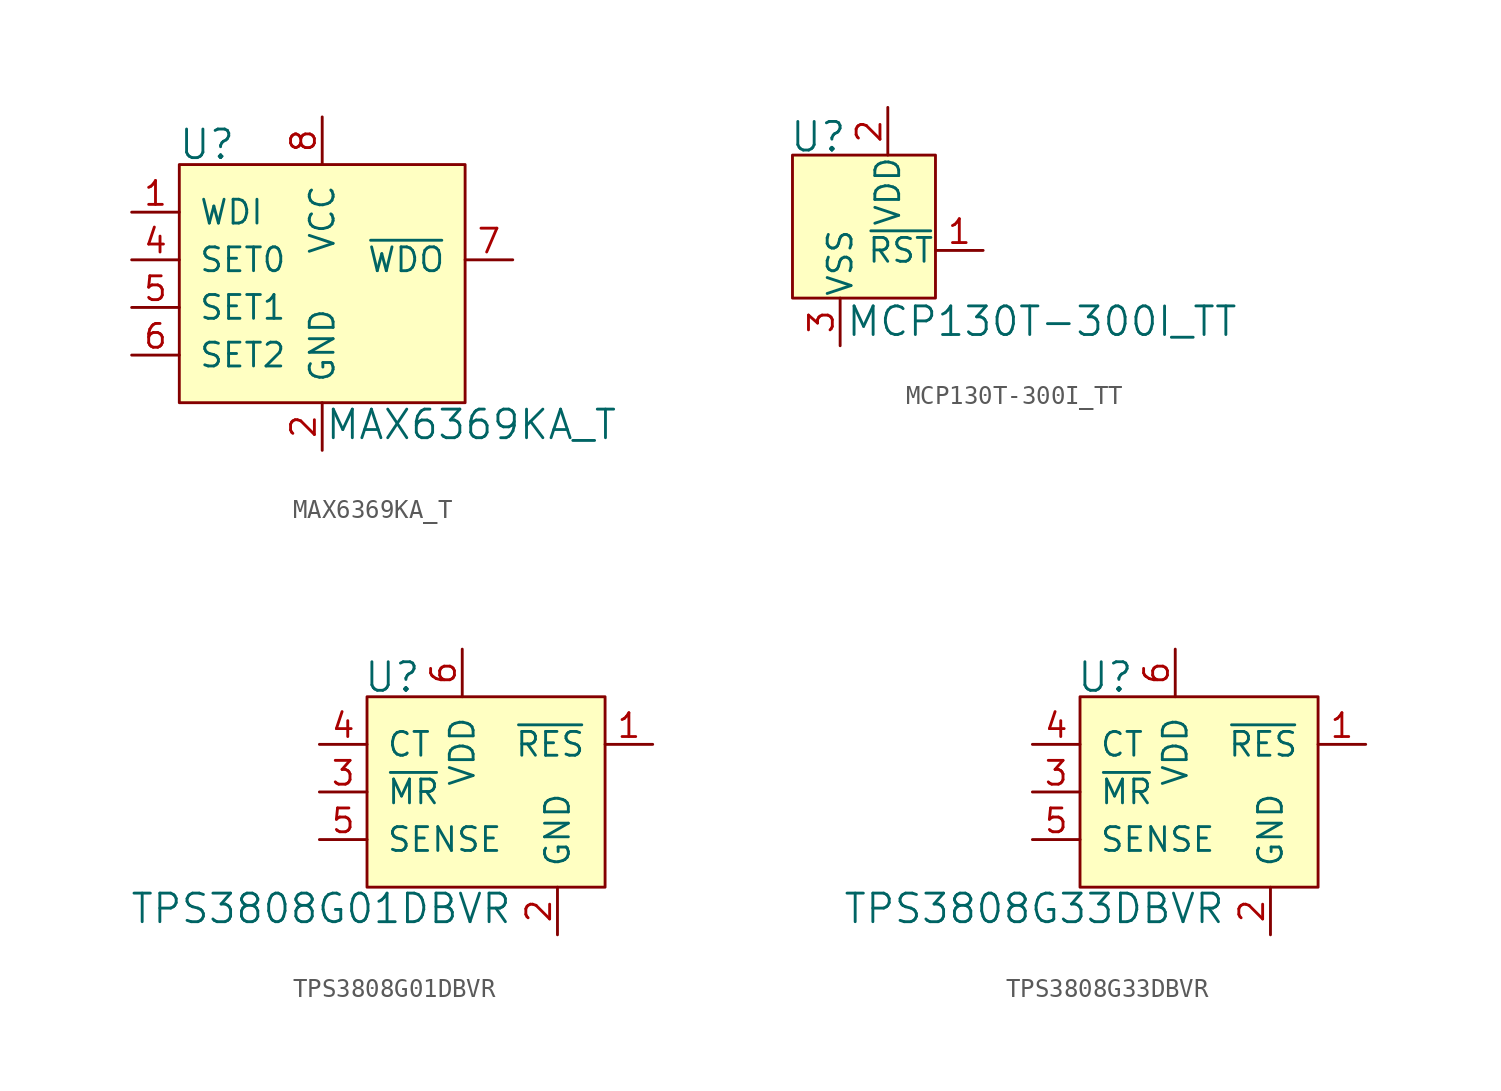
<source format=kicad_sym>
(kicad_symbol_lib
  (version 20211014)
  (generator kicad_symbol_editor)
  (symbol "MAX6369KA_T"
    (pin_names
      (offset 1.016))
    (property "Reference" "U"
      (at -7.696 1.067 0)
      (effects (font (size 1.524 1.524)) (justify left)))
    (property "Value" "MAX6369KA_T"
      (at 0.127 -13.868 0)
      (effects (font (size 1.524 1.524)) (justify left)))
    (symbol "MAX6369KA_T_0_1"
      (rectangle (start -7.62 0) (end 7.62 -12.7) (stroke (width 0) (type default) (color 0 0 0 0)) (fill (type background))))
    (symbol "MAX6369KA_T_1_1"
      (pin input line (at -10.16 -2.54 0) (length 2.54) (name "WDI" (effects (font (size 1.27 1.27)))) (number "1" (effects (font (size 1.27 1.27)))))
      (pin power_in line (at 0 -15.24 90) (length 2.54) (name "GND" (effects (font (size 1.27 1.27)))) (number "2" (effects (font (size 1.27 1.27)))))
      (pin no_connect line (at 7.62 -7.62 180) (length 2.54) hide (name "NC" (effects (font (size 1.27 1.27)))) (number "3" (effects (font (size 1.27 1.27)))))
      (pin input line (at -10.16 -5.08 0) (length 2.54) (name "SET0" (effects (font (size 1.27 1.27)))) (number "4" (effects (font (size 1.27 1.27)))))
      (pin input line (at -10.16 -7.62 0) (length 2.54) (name "SET1" (effects (font (size 1.27 1.27)))) (number "5" (effects (font (size 1.27 1.27)))))
      (pin input line (at -10.16 -10.16 0) (length 2.54) (name "SET2" (effects (font (size 1.27 1.27)))) (number "6" (effects (font (size 1.27 1.27)))))
      (pin output line (at 10.16 -5.08 180) (length 2.54) (name "~{WDO}" (effects (font (size 1.27 1.27)))) (number "7" (effects (font (size 1.27 1.27)))))
      (pin power_in line (at 0 2.54 270) (length 2.54) (name "VCC" (effects (font (size 1.27 1.27)))) (number "8" (effects (font (size 1.27 1.27)))))))
  (symbol "MCP130T-300I_TT"
    (pin_names
      (offset 0.025))
    (property "Reference" "U"
      (at -2.718 6.045 0)
      (effects (font (size 1.524 1.524)) (justify left)))
    (property "Value" "MCP130T-300I_TT"
      (at 0.279 -3.785 0)
      (effects (font (size 1.524 1.524)) (justify left)))
    (symbol "MCP130T-300I_TT_0_1"
      (rectangle (start 5.08 5.08) (end -2.54 -2.54) (stroke (width 0) (type default) (color 0 0 0 0)) (fill (type background))))
    (symbol "MCP130T-300I_TT_1_1"
      (pin output line (at 7.62 0 180) (length 2.54) (name "~{RST}" (effects (font (size 1.27 1.27)))) (number "1" (effects (font (size 1.27 1.27)))))
      (pin power_in line (at 2.54 7.62 270) (length 2.54) (name "VDD" (effects (font (size 1.27 1.27)))) (number "2" (effects (font (size 1.27 1.27)))))
      (pin power_in line (at 0 -5.08 90) (length 2.54) (name "VSS" (effects (font (size 1.27 1.27)))) (number "3" (effects (font (size 1.27 1.27)))))))
  (symbol "TPS3808G01DBVR"
    (pin_names
      (offset 1.016))
    (property "Reference" "U"
      (at -5.283 3.581 0)
      (effects (font (size 1.524 1.524)) (justify left)))
    (property "Value" "TPS3808G01DBVR"
      (at 2.692 -8.763 0)
      (effects (font (size 1.524 1.524)) (justify right)))
    (symbol "TPS3808G01DBVR_0_1"
      (rectangle (start -5.08 2.54) (end 7.62 -7.62) (stroke (width 0) (type default) (color 0 0 0 0)) (fill (type background))))
    (symbol "TPS3808G01DBVR_1_1"
      (pin output line (at 10.16 0 180) (length 2.54) (name "~{RES}" (effects (font (size 1.27 1.27)))) (number "1" (effects (font (size 1.27 1.27)))))
      (pin power_in line (at 5.08 -10.16 90) (length 2.54) (name "GND" (effects (font (size 1.27 1.27)))) (number "2" (effects (font (size 1.27 1.27)))))
      (pin input line (at -7.62 -2.54 0) (length 2.54) (name "~{MR}" (effects (font (size 1.27 1.27)))) (number "3" (effects (font (size 1.27 1.27)))))
      (pin input line (at -7.62 0 0) (length 2.54) (name "CT" (effects (font (size 1.27 1.27)))) (number "4" (effects (font (size 1.27 1.27)))))
      (pin input line (at -7.62 -5.08 0) (length 2.54) (name "SENSE" (effects (font (size 1.27 1.27)))) (number "5" (effects (font (size 1.27 1.27)))))
      (pin power_in line (at 0 5.08 270) (length 2.54) (name "VDD" (effects (font (size 1.27 1.27)))) (number "6" (effects (font (size 1.27 1.27)))))))
  (symbol "TPS3808G33DBVR"
    (pin_names
      (offset 1.016))
    (property "Reference" "U"
      (at -5.283 3.581 0)
      (effects (font (size 1.524 1.524)) (justify left)))
    (property "Value" "TPS3808G33DBVR"
      (at 2.692 -8.763 0)
      (effects (font (size 1.524 1.524)) (justify right)))
    (symbol "TPS3808G33DBVR_0_1"
      (rectangle (start -5.08 2.54) (end 7.62 -7.62) (stroke (width 0) (type default) (color 0 0 0 0)) (fill (type background))))
    (symbol "TPS3808G33DBVR_1_1"
      (pin output line (at 10.16 0 180) (length 2.54) (name "~{RES}" (effects (font (size 1.27 1.27)))) (number "1" (effects (font (size 1.27 1.27)))))
      (pin power_in line (at 5.08 -10.16 90) (length 2.54) (name "GND" (effects (font (size 1.27 1.27)))) (number "2" (effects (font (size 1.27 1.27)))))
      (pin input line (at -7.62 -2.54 0) (length 2.54) (name "~{MR}" (effects (font (size 1.27 1.27)))) (number "3" (effects (font (size 1.27 1.27)))))
      (pin input line (at -7.62 0 0) (length 2.54) (name "CT" (effects (font (size 1.27 1.27)))) (number "4" (effects (font (size 1.27 1.27)))))
      (pin input line (at -7.62 -5.08 0) (length 2.54) (name "SENSE" (effects (font (size 1.27 1.27)))) (number "5" (effects (font (size 1.27 1.27)))))
      (pin power_in line (at 0 5.08 270) (length 2.54) (name "VDD" (effects (font (size 1.27 1.27)))) (number "6" (effects (font (size 1.27 1.27))))))))
</source>
